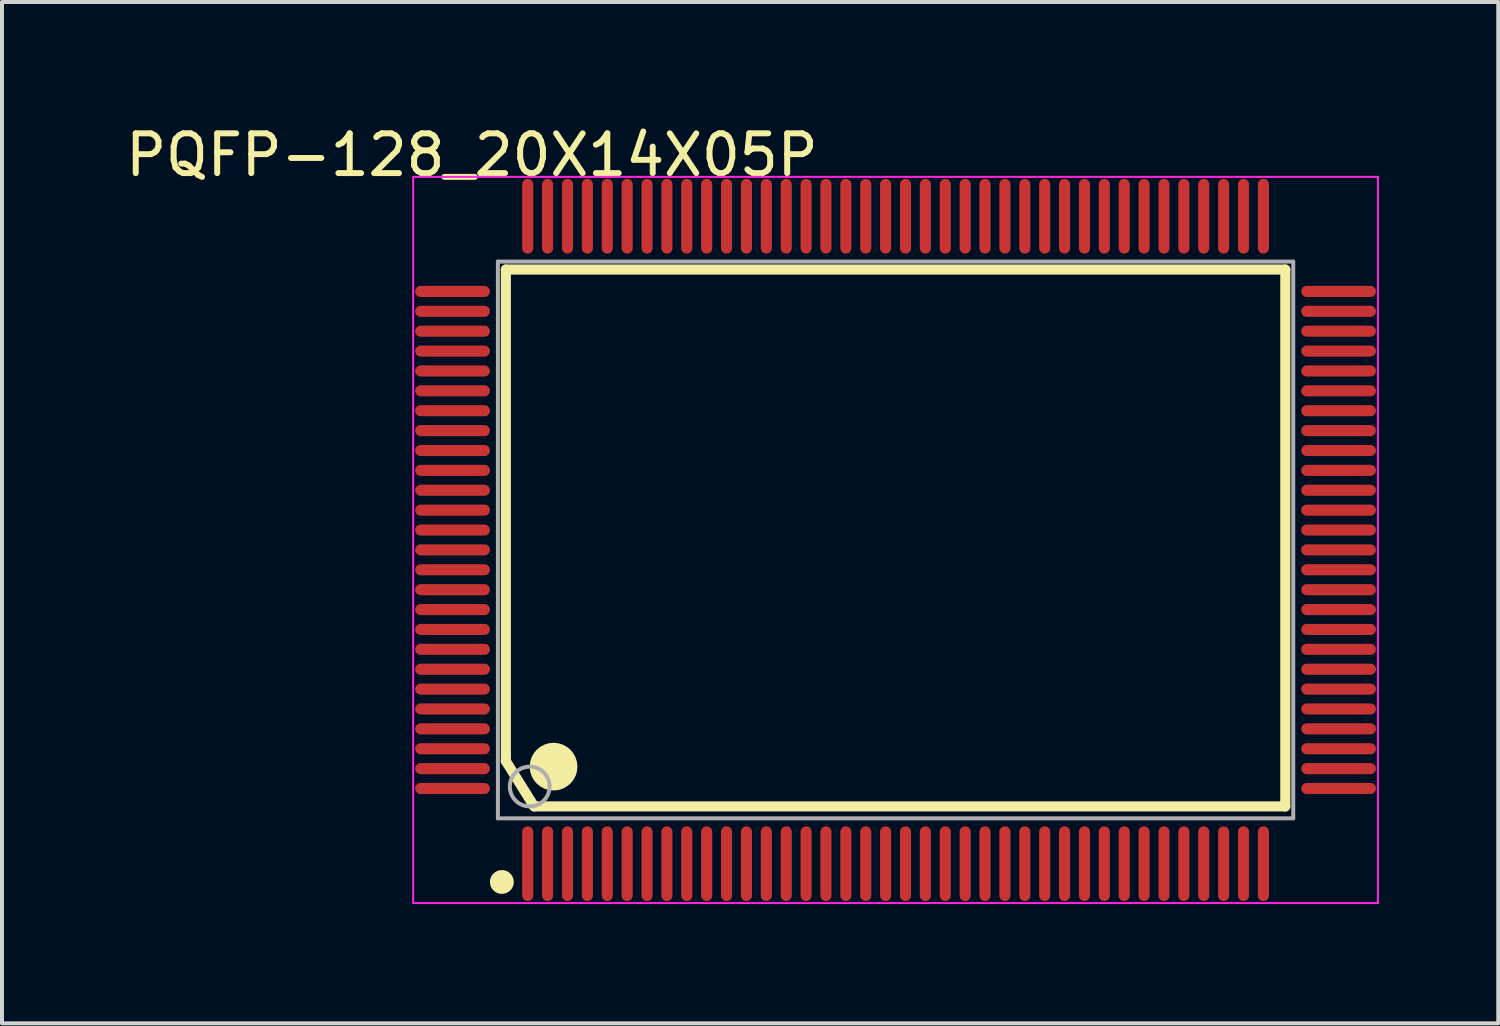
<source format=kicad_pcb>
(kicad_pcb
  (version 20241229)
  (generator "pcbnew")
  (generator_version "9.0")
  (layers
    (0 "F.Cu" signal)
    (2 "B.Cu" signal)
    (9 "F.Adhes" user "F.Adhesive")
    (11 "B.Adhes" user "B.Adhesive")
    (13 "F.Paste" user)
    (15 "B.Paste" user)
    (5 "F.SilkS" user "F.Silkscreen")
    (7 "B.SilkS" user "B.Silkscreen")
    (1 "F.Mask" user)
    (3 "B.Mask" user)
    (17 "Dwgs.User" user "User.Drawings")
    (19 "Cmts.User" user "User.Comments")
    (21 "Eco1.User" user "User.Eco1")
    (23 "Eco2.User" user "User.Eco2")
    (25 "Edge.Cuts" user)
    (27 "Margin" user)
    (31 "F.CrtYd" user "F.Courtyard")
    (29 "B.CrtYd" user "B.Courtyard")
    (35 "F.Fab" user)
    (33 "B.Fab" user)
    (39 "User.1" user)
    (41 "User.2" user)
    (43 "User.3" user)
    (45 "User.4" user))
  (footprint "PQFP-128_20X14X05P"
    (layer "F.Cu")
    (at 19.47 10.528)
    (property "Reference" "PQFP-128_20X14X05P" (at -10.654 -9.68 0) (layer "F.SilkS") (effects (font (size 1 1) (thickness 0.15))))
    (attr through_hole)
    (fp_line (start -9.8 -6.8) (end 9.8 -6.8) (stroke (width 0.254) (type solid)) (layer "F.SilkS"))
    (fp_line (start -9.8 5.56) (end -9.8 -6.8) (stroke (width 0.254) (type solid)) (layer "F.SilkS"))
    (fp_line (start -9.8 5.56) (end -9.088 6.7) (stroke (width 0.254) (type solid)) (layer "F.SilkS"))
    (fp_line (start -9.088 6.7) (end 9.8 6.7) (stroke (width 0.254) (type solid)) (layer "F.SilkS"))
    (fp_line (start 9.8 6.7) (end 9.8 -6.8) (stroke (width 0.254) (type solid)) (layer "F.SilkS"))
    (fp_circle (center -9.9 8.6) (end -9.75 8.6) (stroke (width 0.3) (type solid)) (fill no) (layer "F.SilkS"))
    (fp_circle (center -8.6 5.7) (end -8.3 5.7) (stroke (width 0.6) (type solid)) (fill no) (layer "F.SilkS"))
    (fp_line (start -12.13 -9.13) (end 12.13 -9.13) (stroke (width 0.05) (type solid)) (layer "F.CrtYd"))
    (fp_line (start -12.13 9.13) (end -12.13 -9.13) (stroke (width 0.05) (type solid)) (layer "F.CrtYd"))
    (fp_line (start 12.13 -9.13) (end 12.13 9.13) (stroke (width 0.05) (type solid)) (layer "F.CrtYd"))
    (fp_line (start 12.13 9.13) (end -12.13 9.13) (stroke (width 0.05) (type solid)) (layer "F.CrtYd"))
    (fp_line (start -10 -7) (end 10 -7) (stroke (width 0.1) (type solid)) (layer "F.Fab"))
    (fp_line (start -10 7) (end -10 -7) (stroke (width 0.1) (type solid)) (layer "F.Fab"))
    (fp_line (start -10 7) (end 10 7) (stroke (width 0.1) (type solid)) (layer "F.Fab"))
    (fp_line (start 10 7) (end 10 -7) (stroke (width 0.1) (type solid)) (layer "F.Fab"))
    (fp_circle (center -9.2 6.2) (end -8.7 6.2) (stroke (width 0.1) (type solid)) (fill no) (layer "F.Fab"))
    (pad "1" smd oval (at -9.25 8.14 180) (size 0.28 1.88) (layers "F.Cu" "F.Mask" "F.Paste"))
    (pad "2" smd oval (at -8.75 8.14 180) (size 0.28 1.88) (layers "F.Cu" "F.Mask" "F.Paste"))
    (pad "3" smd oval (at -8.25 8.14 180) (size 0.28 1.88) (layers "F.Cu" "F.Mask" "F.Paste"))
    (pad "4" smd oval (at -7.75 8.14 180) (size 0.28 1.88) (layers "F.Cu" "F.Mask" "F.Paste"))
    (pad "5" smd oval (at -7.25 8.14 180) (size 0.28 1.88) (layers "F.Cu" "F.Mask" "F.Paste"))
    (pad "6" smd oval (at -6.75 8.14 180) (size 0.28 1.88) (layers "F.Cu" "F.Mask" "F.Paste"))
    (pad "7" smd oval (at -6.25 8.14 180) (size 0.28 1.88) (layers "F.Cu" "F.Mask" "F.Paste"))
    (pad "8" smd oval (at -5.75 8.14 180) (size 0.28 1.88) (layers "F.Cu" "F.Mask" "F.Paste"))
    (pad "9" smd oval (at -5.25 8.14 180) (size 0.28 1.88) (layers "F.Cu" "F.Mask" "F.Paste"))
    (pad "10" smd oval (at -4.75 8.14 180) (size 0.28 1.88) (layers "F.Cu" "F.Mask" "F.Paste"))
    (pad "11" smd oval (at -4.25 8.14 180) (size 0.28 1.88) (layers "F.Cu" "F.Mask" "F.Paste"))
    (pad "12" smd oval (at -3.75 8.14 180) (size 0.28 1.88) (layers "F.Cu" "F.Mask" "F.Paste"))
    (pad "13" smd oval (at -3.25 8.14 180) (size 0.28 1.88) (layers "F.Cu" "F.Mask" "F.Paste"))
    (pad "14" smd oval (at -2.75 8.14 180) (size 0.28 1.88) (layers "F.Cu" "F.Mask" "F.Paste"))
    (pad "15" smd oval (at -2.25 8.14 180) (size 0.28 1.88) (layers "F.Cu" "F.Mask" "F.Paste"))
    (pad "16" smd oval (at -1.75 8.14 180) (size 0.28 1.88) (layers "F.Cu" "F.Mask" "F.Paste"))
    (pad "17" smd oval (at -1.25 8.14 180) (size 0.28 1.88) (layers "F.Cu" "F.Mask" "F.Paste"))
    (pad "18" smd oval (at -0.75 8.14 180) (size 0.28 1.88) (layers "F.Cu" "F.Mask" "F.Paste"))
    (pad "19" smd oval (at -0.25 8.14 180) (size 0.28 1.88) (layers "F.Cu" "F.Mask" "F.Paste"))
    (pad "20" smd oval (at 0.25 8.14 180) (size 0.28 1.88) (layers "F.Cu" "F.Mask" "F.Paste"))
    (pad "21" smd oval (at 0.75 8.14 180) (size 0.28 1.88) (layers "F.Cu" "F.Mask" "F.Paste"))
    (pad "22" smd oval (at 1.25 8.14 180) (size 0.28 1.88) (layers "F.Cu" "F.Mask" "F.Paste"))
    (pad "23" smd oval (at 1.75 8.14 180) (size 0.28 1.88) (layers "F.Cu" "F.Mask" "F.Paste"))
    (pad "24" smd oval (at 2.25 8.14 180) (size 0.28 1.88) (layers "F.Cu" "F.Mask" "F.Paste"))
    (pad "25" smd oval (at 2.75 8.14 180) (size 0.28 1.88) (layers "F.Cu" "F.Mask" "F.Paste"))
    (pad "26" smd oval (at 3.25 8.14 180) (size 0.28 1.88) (layers "F.Cu" "F.Mask" "F.Paste"))
    (pad "27" smd oval (at 3.75 8.14 180) (size 0.28 1.88) (layers "F.Cu" "F.Mask" "F.Paste"))
    (pad "28" smd oval (at 4.25 8.14 180) (size 0.28 1.88) (layers "F.Cu" "F.Mask" "F.Paste"))
    (pad "29" smd oval (at 4.75 8.14 180) (size 0.28 1.88) (layers "F.Cu" "F.Mask" "F.Paste"))
    (pad "30" smd oval (at 5.25 8.14 180) (size 0.28 1.88) (layers "F.Cu" "F.Mask" "F.Paste"))
    (pad "31" smd oval (at 5.75 8.14 180) (size 0.28 1.88) (layers "F.Cu" "F.Mask" "F.Paste"))
    (pad "32" smd oval (at 6.25 8.14 180) (size 0.28 1.88) (layers "F.Cu" "F.Mask" "F.Paste"))
    (pad "33" smd oval (at 6.75 8.14 180) (size 0.28 1.88) (layers "F.Cu" "F.Mask" "F.Paste"))
    (pad "34" smd oval (at 7.25 8.14 180) (size 0.28 1.88) (layers "F.Cu" "F.Mask" "F.Paste"))
    (pad "35" smd oval (at 7.75 8.14 180) (size 0.28 1.88) (layers "F.Cu" "F.Mask" "F.Paste"))
    (pad "36" smd oval (at 8.25 8.14 180) (size 0.28 1.88) (layers "F.Cu" "F.Mask" "F.Paste"))
    (pad "37" smd oval (at 8.75 8.14 180) (size 0.28 1.88) (layers "F.Cu" "F.Mask" "F.Paste"))
    (pad "38" smd oval (at 9.25 8.14 180) (size 0.28 1.88) (layers "F.Cu" "F.Mask" "F.Paste"))
    (pad "39" smd oval (at 11.14 6.25 270) (size 0.28 1.88) (layers "F.Cu" "F.Mask" "F.Paste"))
    (pad "40" smd oval (at 11.14 5.75 270) (size 0.28 1.88) (layers "F.Cu" "F.Mask" "F.Paste"))
    (pad "41" smd oval (at 11.14 5.25 270) (size 0.28 1.88) (layers "F.Cu" "F.Mask" "F.Paste"))
    (pad "42" smd oval (at 11.14 4.75 270) (size 0.28 1.88) (layers "F.Cu" "F.Mask" "F.Paste"))
    (pad "43" smd oval (at 11.14 4.25 270) (size 0.28 1.88) (layers "F.Cu" "F.Mask" "F.Paste"))
    (pad "44" smd oval (at 11.14 3.75 270) (size 0.28 1.88) (layers "F.Cu" "F.Mask" "F.Paste"))
    (pad "45" smd oval (at 11.14 3.25 270) (size 0.28 1.88) (layers "F.Cu" "F.Mask" "F.Paste"))
    (pad "46" smd oval (at 11.14 2.75 270) (size 0.28 1.88) (layers "F.Cu" "F.Mask" "F.Paste"))
    (pad "47" smd oval (at 11.14 2.25 270) (size 0.28 1.88) (layers "F.Cu" "F.Mask" "F.Paste"))
    (pad "48" smd oval (at 11.14 1.75 270) (size 0.28 1.88) (layers "F.Cu" "F.Mask" "F.Paste"))
    (pad "49" smd oval (at 11.14 1.25 270) (size 0.28 1.88) (layers "F.Cu" "F.Mask" "F.Paste"))
    (pad "50" smd oval (at 11.14 0.75 270) (size 0.28 1.88) (layers "F.Cu" "F.Mask" "F.Paste"))
    (pad "51" smd oval (at 11.14 0.25 270) (size 0.28 1.88) (layers "F.Cu" "F.Mask" "F.Paste"))
    (pad "52" smd oval (at 11.14 -0.25 270) (size 0.28 1.88) (layers "F.Cu" "F.Mask" "F.Paste"))
    (pad "53" smd oval (at 11.14 -0.75 270) (size 0.28 1.88) (layers "F.Cu" "F.Mask" "F.Paste"))
    (pad "54" smd oval (at 11.14 -1.25 270) (size 0.28 1.88) (layers "F.Cu" "F.Mask" "F.Paste"))
    (pad "55" smd oval (at 11.14 -1.75 270) (size 0.28 1.88) (layers "F.Cu" "F.Mask" "F.Paste"))
    (pad "56" smd oval (at 11.14 -2.25 270) (size 0.28 1.88) (layers "F.Cu" "F.Mask" "F.Paste"))
    (pad "57" smd oval (at 11.14 -2.75 270) (size 0.28 1.88) (layers "F.Cu" "F.Mask" "F.Paste"))
    (pad "58" smd oval (at 11.14 -3.25 270) (size 0.28 1.88) (layers "F.Cu" "F.Mask" "F.Paste"))
    (pad "59" smd oval (at 11.14 -3.75 270) (size 0.28 1.88) (layers "F.Cu" "F.Mask" "F.Paste"))
    (pad "60" smd oval (at 11.14 -4.25 270) (size 0.28 1.88) (layers "F.Cu" "F.Mask" "F.Paste"))
    (pad "61" smd oval (at 11.14 -4.75 270) (size 0.28 1.88) (layers "F.Cu" "F.Mask" "F.Paste"))
    (pad "62" smd oval (at 11.14 -5.25 270) (size 0.28 1.88) (layers "F.Cu" "F.Mask" "F.Paste"))
    (pad "63" smd oval (at 11.14 -5.75 270) (size 0.28 1.88) (layers "F.Cu" "F.Mask" "F.Paste"))
    (pad "64" smd oval (at 11.14 -6.25 270) (size 0.28 1.88) (layers "F.Cu" "F.Mask" "F.Paste"))
    (pad "65" smd oval (at 9.25 -8.14) (size 0.28 1.88) (layers "F.Cu" "F.Mask" "F.Paste"))
    (pad "66" smd oval (at 8.75 -8.14) (size 0.28 1.88) (layers "F.Cu" "F.Mask" "F.Paste"))
    (pad "67" smd oval (at 8.25 -8.14) (size 0.28 1.88) (layers "F.Cu" "F.Mask" "F.Paste"))
    (pad "68" smd oval (at 7.75 -8.14) (size 0.28 1.88) (layers "F.Cu" "F.Mask" "F.Paste"))
    (pad "69" smd oval (at 7.25 -8.14) (size 0.28 1.88) (layers "F.Cu" "F.Mask" "F.Paste"))
    (pad "70" smd oval (at 6.75 -8.14) (size 0.28 1.88) (layers "F.Cu" "F.Mask" "F.Paste"))
    (pad "71" smd oval (at 6.25 -8.14) (size 0.28 1.88) (layers "F.Cu" "F.Mask" "F.Paste"))
    (pad "72" smd oval (at 5.75 -8.14) (size 0.28 1.88) (layers "F.Cu" "F.Mask" "F.Paste"))
    (pad "73" smd oval (at 5.25 -8.14) (size 0.28 1.88) (layers "F.Cu" "F.Mask" "F.Paste"))
    (pad "74" smd oval (at 4.75 -8.14) (size 0.28 1.88) (layers "F.Cu" "F.Mask" "F.Paste"))
    (pad "75" smd oval (at 4.25 -8.14) (size 0.28 1.88) (layers "F.Cu" "F.Mask" "F.Paste"))
    (pad "76" smd oval (at 3.75 -8.14) (size 0.28 1.88) (layers "F.Cu" "F.Mask" "F.Paste"))
    (pad "77" smd oval (at 3.25 -8.14) (size 0.28 1.88) (layers "F.Cu" "F.Mask" "F.Paste"))
    (pad "78" smd oval (at 2.75 -8.14) (size 0.28 1.88) (layers "F.Cu" "F.Mask" "F.Paste"))
    (pad "79" smd oval (at 2.25 -8.14) (size 0.28 1.88) (layers "F.Cu" "F.Mask" "F.Paste"))
    (pad "80" smd oval (at 1.75 -8.14) (size 0.28 1.88) (layers "F.Cu" "F.Mask" "F.Paste"))
    (pad "81" smd oval (at 1.25 -8.14) (size 0.28 1.88) (layers "F.Cu" "F.Mask" "F.Paste"))
    (pad "82" smd oval (at 0.75 -8.14) (size 0.28 1.88) (layers "F.Cu" "F.Mask" "F.Paste"))
    (pad "83" smd oval (at 0.25 -8.14) (size 0.28 1.88) (layers "F.Cu" "F.Mask" "F.Paste"))
    (pad "84" smd oval (at -0.25 -8.14) (size 0.28 1.88) (layers "F.Cu" "F.Mask" "F.Paste"))
    (pad "85" smd oval (at -0.75 -8.14) (size 0.28 1.88) (layers "F.Cu" "F.Mask" "F.Paste"))
    (pad "86" smd oval (at -1.25 -8.14) (size 0.28 1.88) (layers "F.Cu" "F.Mask" "F.Paste"))
    (pad "87" smd oval (at -1.75 -8.14) (size 0.28 1.88) (layers "F.Cu" "F.Mask" "F.Paste"))
    (pad "88" smd oval (at -2.25 -8.14) (size 0.28 1.88) (layers "F.Cu" "F.Mask" "F.Paste"))
    (pad "89" smd oval (at -2.75 -8.14) (size 0.28 1.88) (layers "F.Cu" "F.Mask" "F.Paste"))
    (pad "90" smd oval (at -3.25 -8.14) (size 0.28 1.88) (layers "F.Cu" "F.Mask" "F.Paste"))
    (pad "91" smd oval (at -3.75 -8.14) (size 0.28 1.88) (layers "F.Cu" "F.Mask" "F.Paste"))
    (pad "92" smd oval (at -4.25 -8.14) (size 0.28 1.88) (layers "F.Cu" "F.Mask" "F.Paste"))
    (pad "93" smd oval (at -4.75 -8.14) (size 0.28 1.88) (layers "F.Cu" "F.Mask" "F.Paste"))
    (pad "94" smd oval (at -5.25 -8.14) (size 0.28 1.88) (layers "F.Cu" "F.Mask" "F.Paste"))
    (pad "95" smd oval (at -5.75 -8.14) (size 0.28 1.88) (layers "F.Cu" "F.Mask" "F.Paste"))
    (pad "96" smd oval (at -6.25 -8.14) (size 0.28 1.88) (layers "F.Cu" "F.Mask" "F.Paste"))
    (pad "97" smd oval (at -6.75 -8.14) (size 0.28 1.88) (layers "F.Cu" "F.Mask" "F.Paste"))
    (pad "98" smd oval (at -7.25 -8.14) (size 0.28 1.88) (layers "F.Cu" "F.Mask" "F.Paste"))
    (pad "99" smd oval (at -7.75 -8.14) (size 0.28 1.88) (layers "F.Cu" "F.Mask" "F.Paste"))
    (pad "100" smd oval (at -8.25 -8.14) (size 0.28 1.88) (layers "F.Cu" "F.Mask" "F.Paste"))
    (pad "101" smd oval (at -8.75 -8.14) (size 0.28 1.88) (layers "F.Cu" "F.Mask" "F.Paste"))
    (pad "102" smd oval (at -9.25 -8.14) (size 0.28 1.88) (layers "F.Cu" "F.Mask" "F.Paste"))
    (pad "103" smd oval (at -11.14 -6.25 90) (size 0.28 1.88) (layers "F.Cu" "F.Mask" "F.Paste"))
    (pad "104" smd oval (at -11.14 -5.75 90) (size 0.28 1.88) (layers "F.Cu" "F.Mask" "F.Paste"))
    (pad "105" smd oval (at -11.14 -5.25 90) (size 0.28 1.88) (layers "F.Cu" "F.Mask" "F.Paste"))
    (pad "106" smd oval (at -11.14 -4.75 90) (size 0.28 1.88) (layers "F.Cu" "F.Mask" "F.Paste"))
    (pad "107" smd oval (at -11.14 -4.25 90) (size 0.28 1.88) (layers "F.Cu" "F.Mask" "F.Paste"))
    (pad "108" smd oval (at -11.14 -3.75 90) (size 0.28 1.88) (layers "F.Cu" "F.Mask" "F.Paste"))
    (pad "109" smd oval (at -11.14 -3.25 90) (size 0.28 1.88) (layers "F.Cu" "F.Mask" "F.Paste"))
    (pad "110" smd oval (at -11.14 -2.75 90) (size 0.28 1.88) (layers "F.Cu" "F.Mask" "F.Paste"))
    (pad "111" smd oval (at -11.14 -2.25 90) (size 0.28 1.88) (layers "F.Cu" "F.Mask" "F.Paste"))
    (pad "112" smd oval (at -11.14 -1.75 90) (size 0.28 1.88) (layers "F.Cu" "F.Mask" "F.Paste"))
    (pad "113" smd oval (at -11.14 -1.25 90) (size 0.28 1.88) (layers "F.Cu" "F.Mask" "F.Paste"))
    (pad "114" smd oval (at -11.14 -0.75 90) (size 0.28 1.88) (layers "F.Cu" "F.Mask" "F.Paste"))
    (pad "115" smd oval (at -11.14 -0.25 90) (size 0.28 1.88) (layers "F.Cu" "F.Mask" "F.Paste"))
    (pad "116" smd oval (at -11.14 0.25 90) (size 0.28 1.88) (layers "F.Cu" "F.Mask" "F.Paste"))
    (pad "117" smd oval (at -11.14 0.75 90) (size 0.28 1.88) (layers "F.Cu" "F.Mask" "F.Paste"))
    (pad "118" smd oval (at -11.14 1.25 90) (size 0.28 1.88) (layers "F.Cu" "F.Mask" "F.Paste"))
    (pad "119" smd oval (at -11.14 1.75 90) (size 0.28 1.88) (layers "F.Cu" "F.Mask" "F.Paste"))
    (pad "120" smd oval (at -11.14 2.25 90) (size 0.28 1.88) (layers "F.Cu" "F.Mask" "F.Paste"))
    (pad "121" smd oval (at -11.14 2.75 90) (size 0.28 1.88) (layers "F.Cu" "F.Mask" "F.Paste"))
    (pad "122" smd oval (at -11.14 3.25 90) (size 0.28 1.88) (layers "F.Cu" "F.Mask" "F.Paste"))
    (pad "123" smd oval (at -11.14 3.75 90) (size 0.28 1.88) (layers "F.Cu" "F.Mask" "F.Paste"))
    (pad "124" smd oval (at -11.14 4.25 90) (size 0.28 1.88) (layers "F.Cu" "F.Mask" "F.Paste"))
    (pad "125" smd oval (at -11.14 4.75 90) (size 0.28 1.88) (layers "F.Cu" "F.Mask" "F.Paste"))
    (pad "126" smd oval (at -11.14 5.25 90) (size 0.28 1.88) (layers "F.Cu" "F.Mask" "F.Paste"))
    (pad "127" smd oval (at -11.14 5.75 90) (size 0.28 1.88) (layers "F.Cu" "F.Mask" "F.Paste"))
    (pad "128" smd oval (at -11.14 6.25 90) (size 0.28 1.88) (layers "F.Cu" "F.Mask" "F.Paste")))
  (gr_rect
    (start -3 -3)
    (end 34.625 22.683)
    (stroke (width 0.1) (type default))
    (fill no)
    (layer "Edge.Cuts")))
</source>
